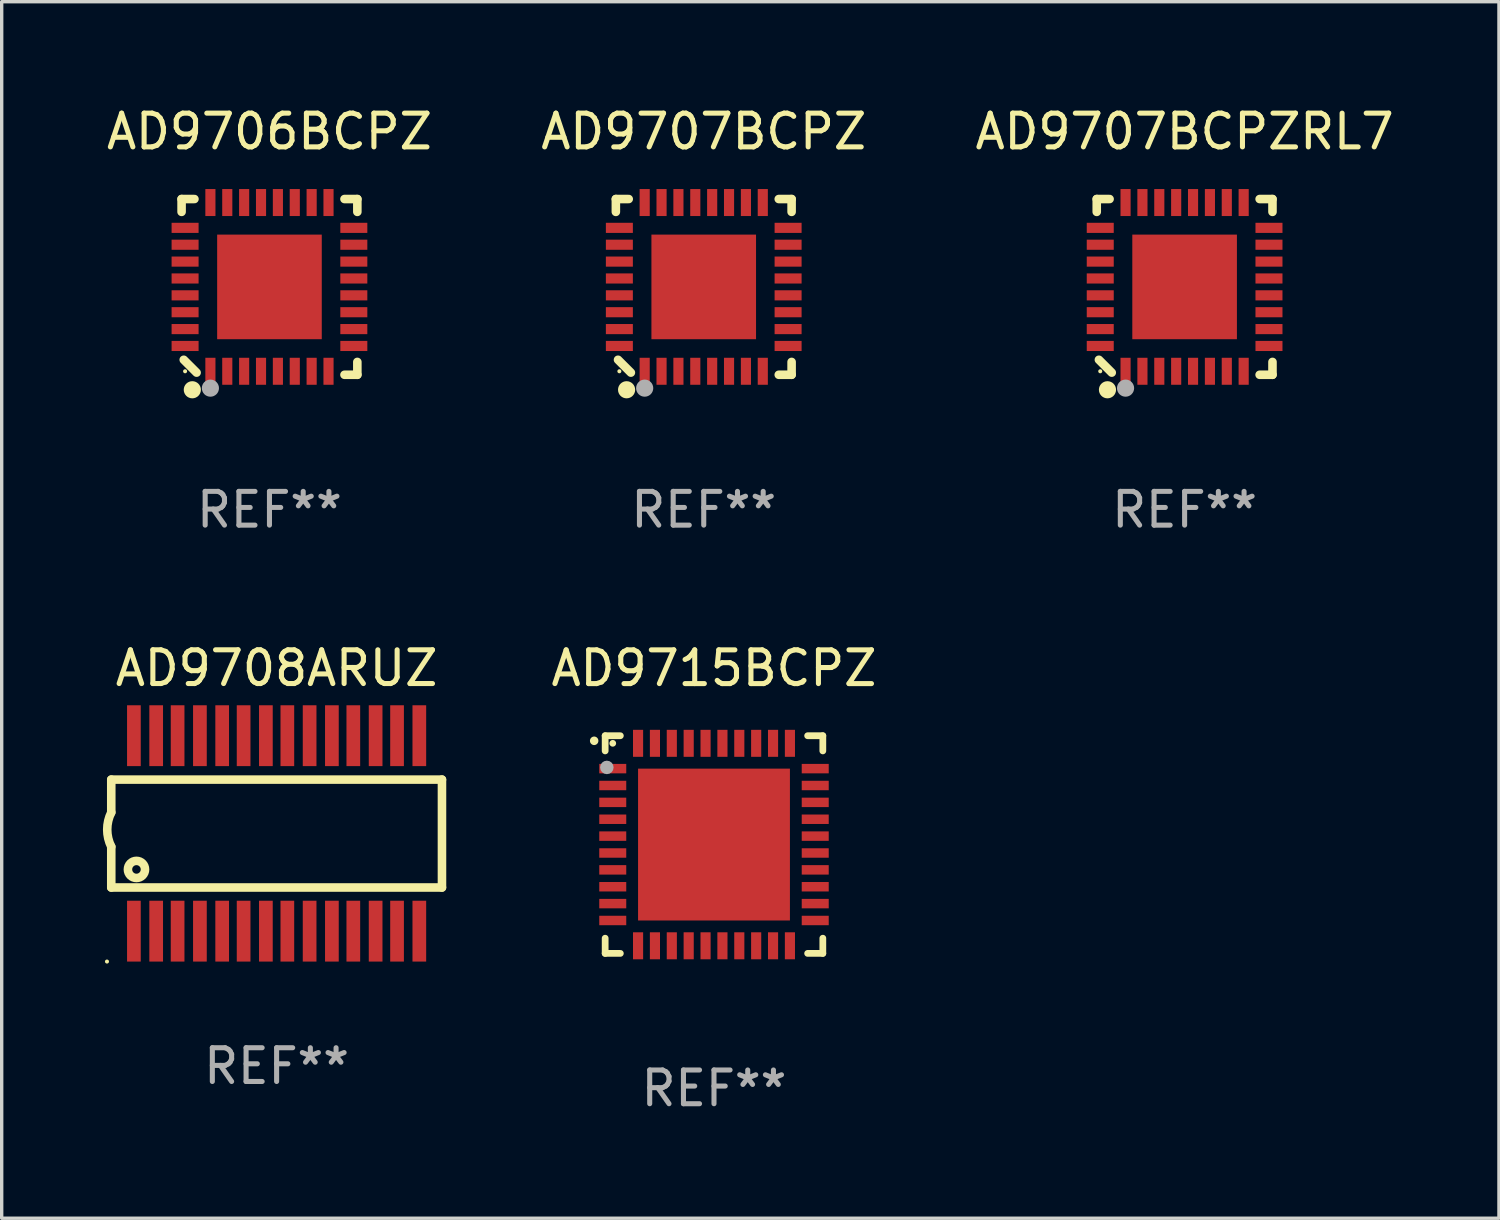
<source format=kicad_pcb>
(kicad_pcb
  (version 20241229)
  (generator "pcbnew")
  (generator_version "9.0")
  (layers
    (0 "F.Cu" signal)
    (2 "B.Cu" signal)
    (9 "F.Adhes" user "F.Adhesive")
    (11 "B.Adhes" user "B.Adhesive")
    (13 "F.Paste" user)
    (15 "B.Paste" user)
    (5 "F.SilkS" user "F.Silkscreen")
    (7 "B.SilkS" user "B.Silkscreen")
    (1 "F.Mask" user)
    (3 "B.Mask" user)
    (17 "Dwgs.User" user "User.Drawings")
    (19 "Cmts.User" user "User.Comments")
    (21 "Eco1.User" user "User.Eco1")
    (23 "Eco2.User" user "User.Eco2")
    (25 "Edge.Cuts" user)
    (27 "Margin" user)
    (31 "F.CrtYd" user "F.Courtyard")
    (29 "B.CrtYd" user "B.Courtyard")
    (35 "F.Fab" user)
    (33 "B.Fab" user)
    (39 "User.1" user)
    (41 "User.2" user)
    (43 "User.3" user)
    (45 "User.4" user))
  (footprint "AD9708ARUZ"
    (layer "F.Cu")
    (at 5.147 21.647)
    (property "Reference" "AD9708ARUZ" (at 0 -4.896 0) (layer "F.SilkS") (effects (font (size 1 1) (thickness 0.15))))
    (attr through_hole)
    (fp_line (start -4.9 -1.595) (end -4.9 -0.622) (stroke (width 0.254) (type solid)) (layer "F.SilkS"))
    (fp_line (start -4.9 1.603) (end -4.9 0.394) (stroke (width 0.254) (type solid)) (layer "F.SilkS"))
    (fp_line (start 4.9 -1.595) (end -4.9 -1.595) (stroke (width 0.254) (type solid)) (layer "F.SilkS"))
    (fp_line (start 4.9 1.603) (end -4.9 1.603) (stroke (width 0.254) (type solid)) (layer "F.SilkS"))
    (fp_line (start 4.9 1.603) (end 4.9 -1.595) (stroke (width 0.254) (type solid)) (layer "F.SilkS"))
    (fp_arc (start -4.89967 0.393701) (mid -5.019593 -0.1143) (end -4.89967 -0.622301) (stroke (width 0.254001) (type solid)) (layer "F.SilkS"))
    (fp_circle (center -5.027 3.797) (end -4.997 3.797) (stroke (width 0.06) (type solid)) (fill no) (layer "F.SilkS"))
    (fp_circle (center -4.153 1.067) (end -3.899 1.067) (stroke (width 0.254) (type solid)) (fill no) (layer "F.SilkS"))
    (fp_text user "REF**" (at 0 6.896 0) (layer "F.Fab") (effects (font (size 1 1) (thickness 0.15))))
    (pad "1" smd rect (at -4.229 2.896 90) (size 1.803 0.406) (layers "F.Cu" "F.Mask" "F.Paste"))
    (pad "2" smd rect (at -3.569 2.896 90) (size 1.803 0.406) (layers "F.Cu" "F.Mask" "F.Paste"))
    (pad "3" smd rect (at -2.934 2.896 90) (size 1.803 0.406) (layers "F.Cu" "F.Mask" "F.Paste"))
    (pad "4" smd rect (at -2.273 2.896 90) (size 1.803 0.406) (layers "F.Cu" "F.Mask" "F.Paste"))
    (pad "5" smd rect (at -1.613 2.896 90) (size 1.803 0.406) (layers "F.Cu" "F.Mask" "F.Paste"))
    (pad "6" smd rect (at -0.978 2.896 90) (size 1.803 0.406) (layers "F.Cu" "F.Mask" "F.Paste"))
    (pad "7" smd rect (at -0.318 2.896 90) (size 1.803 0.406) (layers "F.Cu" "F.Mask" "F.Paste"))
    (pad "8" smd rect (at 0.318 2.896 90) (size 1.803 0.406) (layers "F.Cu" "F.Mask" "F.Paste"))
    (pad "9" smd rect (at 0.978 2.896 90) (size 1.803 0.406) (layers "F.Cu" "F.Mask" "F.Paste"))
    (pad "10" smd rect (at 1.638 2.896 90) (size 1.803 0.406) (layers "F.Cu" "F.Mask" "F.Paste"))
    (pad "11" smd rect (at 2.273 2.896 90) (size 1.803 0.406) (layers "F.Cu" "F.Mask" "F.Paste"))
    (pad "12" smd rect (at 2.934 2.896 90) (size 1.803 0.406) (layers "F.Cu" "F.Mask" "F.Paste"))
    (pad "13" smd rect (at 3.569 2.896 90) (size 1.803 0.406) (layers "F.Cu" "F.Mask" "F.Paste"))
    (pad "14" smd rect (at 4.229 2.896 90) (size 1.803 0.406) (layers "F.Cu" "F.Mask" "F.Paste"))
    (pad "15" smd rect (at 4.229 -2.896 90) (size 1.803 0.406) (layers "F.Cu" "F.Mask" "F.Paste"))
    (pad "16" smd rect (at 3.569 -2.896 90) (size 1.803 0.406) (layers "F.Cu" "F.Mask" "F.Paste"))
    (pad "17" smd rect (at 2.934 -2.896 90) (size 1.803 0.406) (layers "F.Cu" "F.Mask" "F.Paste"))
    (pad "18" smd rect (at 2.273 -2.896 90) (size 1.803 0.406) (layers "F.Cu" "F.Mask" "F.Paste"))
    (pad "19" smd rect (at 1.638 -2.896 90) (size 1.803 0.406) (layers "F.Cu" "F.Mask" "F.Paste"))
    (pad "20" smd rect (at 0.978 -2.896 90) (size 1.803 0.406) (layers "F.Cu" "F.Mask" "F.Paste"))
    (pad "21" smd rect (at 0.318 -2.896 90) (size 1.803 0.406) (layers "F.Cu" "F.Mask" "F.Paste"))
    (pad "22" smd rect (at -0.318 -2.896 90) (size 1.803 0.406) (layers "F.Cu" "F.Mask" "F.Paste"))
    (pad "23" smd rect (at -0.978 -2.896 90) (size 1.803 0.406) (layers "F.Cu" "F.Mask" "F.Paste"))
    (pad "24" smd rect (at -1.613 -2.896 90) (size 1.803 0.406) (layers "F.Cu" "F.Mask" "F.Paste"))
    (pad "25" smd rect (at -2.273 -2.896 90) (size 1.803 0.406) (layers "F.Cu" "F.Mask" "F.Paste"))
    (pad "26" smd rect (at -2.934 -2.896 90) (size 1.803 0.406) (layers "F.Cu" "F.Mask" "F.Paste"))
    (pad "27" smd rect (at -3.569 -2.896 90) (size 1.803 0.406) (layers "F.Cu" "F.Mask" "F.Paste"))
    (pad "28" smd rect (at -4.229 -2.896 90) (size 1.803 0.406) (layers "F.Cu" "F.Mask" "F.Paste")))
  (footprint "AD9715BCPZ"
    (layer "F.Cu")
    (at 18.108 21.977)
    (property "Reference" "AD9715BCPZ" (at 0 -5.225 0) (layer "F.SilkS") (effects (font (size 1 1) (thickness 0.15))))
    (attr through_hole)
    (fp_line (start -3.225 -3.225) (end -2.775 -3.225) (stroke (width 0.2) (type solid)) (layer "F.SilkS"))
    (fp_line (start -3.225 -2.775) (end -3.225 -3.225) (stroke (width 0.2) (type solid)) (layer "F.SilkS"))
    (fp_line (start -3.225 2.775) (end -3.225 3.225) (stroke (width 0.2) (type solid)) (layer "F.SilkS"))
    (fp_line (start -3.225 3.225) (end -2.775 3.225) (stroke (width 0.2) (type solid)) (layer "F.SilkS"))
    (fp_line (start 2.775 -3.225) (end 3.225 -3.225) (stroke (width 0.2) (type solid)) (layer "F.SilkS"))
    (fp_line (start 2.775 3.225) (end 3.225 3.225) (stroke (width 0.2) (type solid)) (layer "F.SilkS"))
    (fp_line (start 3.225 -3.225) (end 3.225 -2.775) (stroke (width 0.2) (type solid)) (layer "F.SilkS"))
    (fp_line (start 3.225 3.225) (end 3.225 2.775) (stroke (width 0.2) (type solid)) (layer "F.SilkS"))
    (fp_arc (start -3.55094 -3.073406) (mid -3.550946 -3.074676) (end -3.55094 -3.075946) (stroke (width 0.25) (type solid)) (layer "F.SilkS"))
    (fp_circle (center -3 -3) (end -2.95 -3) (stroke (width 0.1) (type solid)) (fill no) (layer "F.SilkS"))
    (fp_circle (center -3.175 -2.286) (end -3.075 -2.286) (stroke (width 0.2) (type solid)) (fill no) (layer "F.Fab"))
    (fp_text user "REF**" (at 0 7.225 0) (layer "F.Fab") (effects (font (size 1 1) (thickness 0.15))))
    (pad "1" smd rect (at -3 -2.25) (size 0.8 0.28) (layers "F.Cu" "F.Mask" "F.Paste"))
    (pad "2" smd rect (at -3 -1.75) (size 0.8 0.28) (layers "F.Cu" "F.Mask" "F.Paste"))
    (pad "3" smd rect (at -3 -1.25) (size 0.8 0.28) (layers "F.Cu" "F.Mask" "F.Paste"))
    (pad "4" smd rect (at -3 -0.75) (size 0.8 0.28) (layers "F.Cu" "F.Mask" "F.Paste"))
    (pad "5" smd rect (at -3 -0.25) (size 0.8 0.28) (layers "F.Cu" "F.Mask" "F.Paste"))
    (pad "6" smd rect (at -3 0.25) (size 0.8 0.28) (layers "F.Cu" "F.Mask" "F.Paste"))
    (pad "7" smd rect (at -3 0.75) (size 0.8 0.28) (layers "F.Cu" "F.Mask" "F.Paste"))
    (pad "8" smd rect (at -3 1.25) (size 0.8 0.28) (layers "F.Cu" "F.Mask" "F.Paste"))
    (pad "9" smd rect (at -3 1.75) (size 0.8 0.28) (layers "F.Cu" "F.Mask" "F.Paste"))
    (pad "10" smd rect (at -3 2.25) (size 0.8 0.28) (layers "F.Cu" "F.Mask" "F.Paste"))
    (pad "11" smd rect (at -2.25 3) (size 0.3 0.8) (layers "F.Cu" "F.Mask" "F.Paste"))
    (pad "12" smd rect (at -1.75 3) (size 0.3 0.8) (layers "F.Cu" "F.Mask" "F.Paste"))
    (pad "13" smd rect (at -1.25 3) (size 0.3 0.8) (layers "F.Cu" "F.Mask" "F.Paste"))
    (pad "14" smd rect (at -0.75 3) (size 0.3 0.8) (layers "F.Cu" "F.Mask" "F.Paste"))
    (pad "15" smd rect (at -0.25 3) (size 0.3 0.8) (layers "F.Cu" "F.Mask" "F.Paste"))
    (pad "16" smd rect (at 0.25 3) (size 0.3 0.8) (layers "F.Cu" "F.Mask" "F.Paste"))
    (pad "17" smd rect (at 0.75 3) (size 0.3 0.8) (layers "F.Cu" "F.Mask" "F.Paste"))
    (pad "18" smd rect (at 1.25 3) (size 0.3 0.8) (layers "F.Cu" "F.Mask" "F.Paste"))
    (pad "19" smd rect (at 1.75 3) (size 0.3 0.8) (layers "F.Cu" "F.Mask" "F.Paste"))
    (pad "20" smd rect (at 2.25 3) (size 0.3 0.8) (layers "F.Cu" "F.Mask" "F.Paste"))
    (pad "21" smd rect (at 3 2.25) (size 0.8 0.28) (layers "F.Cu" "F.Mask" "F.Paste"))
    (pad "22" smd rect (at 3 1.75) (size 0.8 0.28) (layers "F.Cu" "F.Mask" "F.Paste"))
    (pad "23" smd rect (at 3 1.25) (size 0.8 0.28) (layers "F.Cu" "F.Mask" "F.Paste"))
    (pad "24" smd rect (at 3 0.75) (size 0.8 0.28) (layers "F.Cu" "F.Mask" "F.Paste"))
    (pad "25" smd rect (at 3 0.25) (size 0.8 0.28) (layers "F.Cu" "F.Mask" "F.Paste"))
    (pad "26" smd rect (at 3 -0.25) (size 0.8 0.28) (layers "F.Cu" "F.Mask" "F.Paste"))
    (pad "27" smd rect (at 3 -0.75) (size 0.8 0.28) (layers "F.Cu" "F.Mask" "F.Paste"))
    (pad "28" smd rect (at 3 -1.25) (size 0.8 0.28) (layers "F.Cu" "F.Mask" "F.Paste"))
    (pad "29" smd rect (at 3 -1.75) (size 0.8 0.28) (layers "F.Cu" "F.Mask" "F.Paste"))
    (pad "30" smd rect (at 3 -2.25) (size 0.8 0.28) (layers "F.Cu" "F.Mask" "F.Paste"))
    (pad "31" smd rect (at 2.25 -3) (size 0.3 0.8) (layers "F.Cu" "F.Mask" "F.Paste"))
    (pad "32" smd rect (at 1.75 -3) (size 0.3 0.8) (layers "F.Cu" "F.Mask" "F.Paste"))
    (pad "33" smd rect (at 1.25 -3) (size 0.3 0.8) (layers "F.Cu" "F.Mask" "F.Paste"))
    (pad "34" smd rect (at 0.75 -3) (size 0.3 0.8) (layers "F.Cu" "F.Mask" "F.Paste"))
    (pad "35" smd rect (at 0.25 -3) (size 0.3 0.8) (layers "F.Cu" "F.Mask" "F.Paste"))
    (pad "36" smd rect (at -0.25 -3) (size 0.3 0.8) (layers "F.Cu" "F.Mask" "F.Paste"))
    (pad "37" smd rect (at -0.75 -3) (size 0.3 0.8) (layers "F.Cu" "F.Mask" "F.Paste"))
    (pad "38" smd rect (at -1.25 -3) (size 0.3 0.8) (layers "F.Cu" "F.Mask" "F.Paste"))
    (pad "39" smd rect (at -1.75 -3) (size 0.3 0.8) (layers "F.Cu" "F.Mask" "F.Paste"))
    (pad "40" smd rect (at -2.25 -3) (size 0.3 0.8) (layers "F.Cu" "F.Mask" "F.Paste"))
    (pad "41" smd rect (at -0.000013 0) (size 4.5 4.5) (layers "F.Cu" "F.Mask" "F.Paste")))
  (footprint "AD9707BCPZ"
    (layer "F.Cu")
    (at 17.804 5.452)
    (property "Reference" "AD9707BCPZ" (at 0 -4.604 0) (layer "F.SilkS") (effects (font (size 1 1) (thickness 0.15))))
    (attr through_hole)
    (fp_line (start -2.604 -2.604) (end -2.604 -2.223) (stroke (width 0.254) (type solid)) (layer "F.SilkS"))
    (fp_line (start -2.54 2.159) (end -2.159 2.54) (stroke (width 0.254) (type solid)) (layer "F.SilkS"))
    (fp_line (start -2.223 -2.604) (end -2.604 -2.604) (stroke (width 0.254) (type solid)) (layer "F.SilkS"))
    (fp_line (start 2.223 2.604) (end 2.604 2.604) (stroke (width 0.254) (type solid)) (layer "F.SilkS"))
    (fp_line (start 2.604 -2.604) (end 2.223 -2.604) (stroke (width 0.254) (type solid)) (layer "F.SilkS"))
    (fp_line (start 2.604 -2.223) (end 2.604 -2.604) (stroke (width 0.254) (type solid)) (layer "F.SilkS"))
    (fp_line (start 2.604 2.604) (end 2.604 2.223) (stroke (width 0.254) (type solid)) (layer "F.SilkS"))
    (fp_circle (center -2.5 2.5) (end -2.47 2.5) (stroke (width 0.06) (type solid)) (fill no) (layer "F.SilkS"))
    (fp_circle (center -2.286 3.048) (end -2.159 3.048) (stroke (width 0.254) (type solid)) (fill no) (layer "F.SilkS"))
    (fp_circle (center -1.75 3) (end -1.623 3) (stroke (width 0.254) (type solid)) (fill no) (layer "F.Fab"))
    (fp_text user "REF**" (at 0 6.604 0) (layer "F.Fab") (effects (font (size 1 1) (thickness 0.15))))
    (pad "1" smd rect (at -1.75 2.5) (size 0.3 0.8) (layers "F.Cu" "F.Mask" "F.Paste"))
    (pad "2" smd rect (at -1.25 2.5) (size 0.3 0.8) (layers "F.Cu" "F.Mask" "F.Paste"))
    (pad "3" smd rect (at -0.75 2.5) (size 0.3 0.8) (layers "F.Cu" "F.Mask" "F.Paste"))
    (pad "4" smd rect (at -0.25 2.5) (size 0.3 0.8) (layers "F.Cu" "F.Mask" "F.Paste"))
    (pad "5" smd rect (at 0.25 2.5) (size 0.3 0.8) (layers "F.Cu" "F.Mask" "F.Paste"))
    (pad "6" smd rect (at 0.75 2.5) (size 0.3 0.8) (layers "F.Cu" "F.Mask" "F.Paste"))
    (pad "7" smd rect (at 1.25 2.5) (size 0.3 0.8) (layers "F.Cu" "F.Mask" "F.Paste"))
    (pad "8" smd rect (at 1.75 2.5) (size 0.3 0.8) (layers "F.Cu" "F.Mask" "F.Paste"))
    (pad "9" smd rect (at 2.5 1.75) (size 0.8 0.3) (layers "F.Cu" "F.Mask" "F.Paste"))
    (pad "10" smd rect (at 2.5 1.25) (size 0.8 0.3) (layers "F.Cu" "F.Mask" "F.Paste"))
    (pad "11" smd rect (at 2.5 0.75) (size 0.8 0.3) (layers "F.Cu" "F.Mask" "F.Paste"))
    (pad "12" smd rect (at 2.5 0.25) (size 0.8 0.3) (layers "F.Cu" "F.Mask" "F.Paste"))
    (pad "13" smd rect (at 2.5 -0.25) (size 0.8 0.3) (layers "F.Cu" "F.Mask" "F.Paste"))
    (pad "14" smd rect (at 2.5 -0.75) (size 0.8 0.3) (layers "F.Cu" "F.Mask" "F.Paste"))
    (pad "15" smd rect (at 2.5 -1.25) (size 0.8 0.3) (layers "F.Cu" "F.Mask" "F.Paste"))
    (pad "16" smd rect (at 2.5 -1.75) (size 0.8 0.3) (layers "F.Cu" "F.Mask" "F.Paste"))
    (pad "17" smd rect (at 1.75 -2.5) (size 0.3 0.8) (layers "F.Cu" "F.Mask" "F.Paste"))
    (pad "18" smd rect (at 1.25 -2.5) (size 0.3 0.8) (layers "F.Cu" "F.Mask" "F.Paste"))
    (pad "19" smd rect (at 0.75 -2.5) (size 0.3 0.8) (layers "F.Cu" "F.Mask" "F.Paste"))
    (pad "20" smd rect (at 0.25 -2.5) (size 0.3 0.8) (layers "F.Cu" "F.Mask" "F.Paste"))
    (pad "21" smd rect (at -0.25 -2.5) (size 0.3 0.8) (layers "F.Cu" "F.Mask" "F.Paste"))
    (pad "22" smd rect (at -0.75 -2.5) (size 0.3 0.8) (layers "F.Cu" "F.Mask" "F.Paste"))
    (pad "23" smd rect (at -1.25 -2.5) (size 0.3 0.8) (layers "F.Cu" "F.Mask" "F.Paste"))
    (pad "24" smd rect (at -1.75 -2.5) (size 0.3 0.8) (layers "F.Cu" "F.Mask" "F.Paste"))
    (pad "25" smd rect (at -2.5 -1.75) (size 0.8 0.3) (layers "F.Cu" "F.Mask" "F.Paste"))
    (pad "26" smd rect (at -2.5 -1.25) (size 0.8 0.3) (layers "F.Cu" "F.Mask" "F.Paste"))
    (pad "27" smd rect (at -2.5 -0.75) (size 0.8 0.3) (layers "F.Cu" "F.Mask" "F.Paste"))
    (pad "28" smd rect (at -2.5 -0.25) (size 0.8 0.3) (layers "F.Cu" "F.Mask" "F.Paste"))
    (pad "29" smd rect (at -2.5 0.25) (size 0.8 0.3) (layers "F.Cu" "F.Mask" "F.Paste"))
    (pad "30" smd rect (at -2.5 0.75) (size 0.8 0.3) (layers "F.Cu" "F.Mask" "F.Paste"))
    (pad "31" smd rect (at -2.5 1.25) (size 0.8 0.3) (layers "F.Cu" "F.Mask" "F.Paste"))
    (pad "32" smd rect (at -2.5 1.75) (size 0.8 0.3) (layers "F.Cu" "F.Mask" "F.Paste"))
    (pad "33" smd rect (at 0 -0.000025) (size 3.1 3.1) (layers "F.Cu" "F.Mask" "F.Paste")))
  (footprint "AD9706BCPZ"
    (layer "F.Cu")
    (at 4.935 5.452)
    (property "Reference" "AD9706BCPZ" (at 0 -4.604 0) (layer "F.SilkS") (effects (font (size 1 1) (thickness 0.15))))
    (attr through_hole)
    (fp_line (start -2.604 -2.604) (end -2.604 -2.223) (stroke (width 0.254) (type solid)) (layer "F.SilkS"))
    (fp_line (start -2.54 2.159) (end -2.159 2.54) (stroke (width 0.254) (type solid)) (layer "F.SilkS"))
    (fp_line (start -2.223 -2.604) (end -2.604 -2.604) (stroke (width 0.254) (type solid)) (layer "F.SilkS"))
    (fp_line (start 2.223 2.604) (end 2.604 2.604) (stroke (width 0.254) (type solid)) (layer "F.SilkS"))
    (fp_line (start 2.604 -2.604) (end 2.223 -2.604) (stroke (width 0.254) (type solid)) (layer "F.SilkS"))
    (fp_line (start 2.604 -2.223) (end 2.604 -2.604) (stroke (width 0.254) (type solid)) (layer "F.SilkS"))
    (fp_line (start 2.604 2.604) (end 2.604 2.223) (stroke (width 0.254) (type solid)) (layer "F.SilkS"))
    (fp_circle (center -2.5 2.5) (end -2.47 2.5) (stroke (width 0.06) (type solid)) (fill no) (layer "F.SilkS"))
    (fp_circle (center -2.286 3.048) (end -2.159 3.048) (stroke (width 0.254) (type solid)) (fill no) (layer "F.SilkS"))
    (fp_circle (center -1.75 3) (end -1.623 3) (stroke (width 0.254) (type solid)) (fill no) (layer "F.Fab"))
    (fp_text user "REF**" (at 0 6.604 0) (layer "F.Fab") (effects (font (size 1 1) (thickness 0.15))))
    (pad "1" smd rect (at -1.75 2.5) (size 0.3 0.8) (layers "F.Cu" "F.Mask" "F.Paste"))
    (pad "2" smd rect (at -1.25 2.5) (size 0.3 0.8) (layers "F.Cu" "F.Mask" "F.Paste"))
    (pad "3" smd rect (at -0.75 2.5) (size 0.3 0.8) (layers "F.Cu" "F.Mask" "F.Paste"))
    (pad "4" smd rect (at -0.25 2.5) (size 0.3 0.8) (layers "F.Cu" "F.Mask" "F.Paste"))
    (pad "5" smd rect (at 0.25 2.5) (size 0.3 0.8) (layers "F.Cu" "F.Mask" "F.Paste"))
    (pad "6" smd rect (at 0.75 2.5) (size 0.3 0.8) (layers "F.Cu" "F.Mask" "F.Paste"))
    (pad "7" smd rect (at 1.25 2.5) (size 0.3 0.8) (layers "F.Cu" "F.Mask" "F.Paste"))
    (pad "8" smd rect (at 1.75 2.5) (size 0.3 0.8) (layers "F.Cu" "F.Mask" "F.Paste"))
    (pad "9" smd rect (at 2.5 1.75) (size 0.8 0.3) (layers "F.Cu" "F.Mask" "F.Paste"))
    (pad "10" smd rect (at 2.5 1.25) (size 0.8 0.3) (layers "F.Cu" "F.Mask" "F.Paste"))
    (pad "11" smd rect (at 2.5 0.75) (size 0.8 0.3) (layers "F.Cu" "F.Mask" "F.Paste"))
    (pad "12" smd rect (at 2.5 0.25) (size 0.8 0.3) (layers "F.Cu" "F.Mask" "F.Paste"))
    (pad "13" smd rect (at 2.5 -0.25) (size 0.8 0.3) (layers "F.Cu" "F.Mask" "F.Paste"))
    (pad "14" smd rect (at 2.5 -0.75) (size 0.8 0.3) (layers "F.Cu" "F.Mask" "F.Paste"))
    (pad "15" smd rect (at 2.5 -1.25) (size 0.8 0.3) (layers "F.Cu" "F.Mask" "F.Paste"))
    (pad "16" smd rect (at 2.5 -1.75) (size 0.8 0.3) (layers "F.Cu" "F.Mask" "F.Paste"))
    (pad "17" smd rect (at 1.75 -2.5) (size 0.3 0.8) (layers "F.Cu" "F.Mask" "F.Paste"))
    (pad "18" smd rect (at 1.25 -2.5) (size 0.3 0.8) (layers "F.Cu" "F.Mask" "F.Paste"))
    (pad "19" smd rect (at 0.75 -2.5) (size 0.3 0.8) (layers "F.Cu" "F.Mask" "F.Paste"))
    (pad "20" smd rect (at 0.25 -2.5) (size 0.3 0.8) (layers "F.Cu" "F.Mask" "F.Paste"))
    (pad "21" smd rect (at -0.25 -2.5) (size 0.3 0.8) (layers "F.Cu" "F.Mask" "F.Paste"))
    (pad "22" smd rect (at -0.75 -2.5) (size 0.3 0.8) (layers "F.Cu" "F.Mask" "F.Paste"))
    (pad "23" smd rect (at -1.25 -2.5) (size 0.3 0.8) (layers "F.Cu" "F.Mask" "F.Paste"))
    (pad "24" smd rect (at -1.75 -2.5) (size 0.3 0.8) (layers "F.Cu" "F.Mask" "F.Paste"))
    (pad "25" smd rect (at -2.5 -1.75) (size 0.8 0.3) (layers "F.Cu" "F.Mask" "F.Paste"))
    (pad "26" smd rect (at -2.5 -1.25) (size 0.8 0.3) (layers "F.Cu" "F.Mask" "F.Paste"))
    (pad "27" smd rect (at -2.5 -0.75) (size 0.8 0.3) (layers "F.Cu" "F.Mask" "F.Paste"))
    (pad "28" smd rect (at -2.5 -0.25) (size 0.8 0.3) (layers "F.Cu" "F.Mask" "F.Paste"))
    (pad "29" smd rect (at -2.5 0.25) (size 0.8 0.3) (layers "F.Cu" "F.Mask" "F.Paste"))
    (pad "30" smd rect (at -2.5 0.75) (size 0.8 0.3) (layers "F.Cu" "F.Mask" "F.Paste"))
    (pad "31" smd rect (at -2.5 1.25) (size 0.8 0.3) (layers "F.Cu" "F.Mask" "F.Paste"))
    (pad "32" smd rect (at -2.5 1.75) (size 0.8 0.3) (layers "F.Cu" "F.Mask" "F.Paste"))
    (pad "33" smd rect (at 0 -0.000025) (size 3.1 3.1) (layers "F.Cu" "F.Mask" "F.Paste")))
  (footprint "AD9707BCPZRL7"
    (layer "F.Cu")
    (at 32.054 5.452)
    (property "Reference" "AD9707BCPZRL7" (at 0 -4.604 0) (layer "F.SilkS") (effects (font (size 1 1) (thickness 0.15))))
    (attr through_hole)
    (fp_line (start -2.604 -2.604) (end -2.604 -2.223) (stroke (width 0.254) (type solid)) (layer "F.SilkS"))
    (fp_line (start -2.54 2.159) (end -2.159 2.54) (stroke (width 0.254) (type solid)) (layer "F.SilkS"))
    (fp_line (start -2.223 -2.604) (end -2.604 -2.604) (stroke (width 0.254) (type solid)) (layer "F.SilkS"))
    (fp_line (start 2.223 2.604) (end 2.604 2.604) (stroke (width 0.254) (type solid)) (layer "F.SilkS"))
    (fp_line (start 2.604 -2.604) (end 2.223 -2.604) (stroke (width 0.254) (type solid)) (layer "F.SilkS"))
    (fp_line (start 2.604 -2.223) (end 2.604 -2.604) (stroke (width 0.254) (type solid)) (layer "F.SilkS"))
    (fp_line (start 2.604 2.604) (end 2.604 2.223) (stroke (width 0.254) (type solid)) (layer "F.SilkS"))
    (fp_circle (center -2.5 2.5) (end -2.47 2.5) (stroke (width 0.06) (type solid)) (fill no) (layer "F.SilkS"))
    (fp_circle (center -2.286 3.048) (end -2.159 3.048) (stroke (width 0.254) (type solid)) (fill no) (layer "F.SilkS"))
    (fp_circle (center -1.75 3) (end -1.623 3) (stroke (width 0.254) (type solid)) (fill no) (layer "F.Fab"))
    (fp_text user "REF**" (at 0 6.604 0) (layer "F.Fab") (effects (font (size 1 1) (thickness 0.15))))
    (pad "1" smd rect (at -1.75 2.5) (size 0.3 0.8) (layers "F.Cu" "F.Mask" "F.Paste"))
    (pad "2" smd rect (at -1.25 2.5) (size 0.3 0.8) (layers "F.Cu" "F.Mask" "F.Paste"))
    (pad "3" smd rect (at -0.75 2.5) (size 0.3 0.8) (layers "F.Cu" "F.Mask" "F.Paste"))
    (pad "4" smd rect (at -0.25 2.5) (size 0.3 0.8) (layers "F.Cu" "F.Mask" "F.Paste"))
    (pad "5" smd rect (at 0.25 2.5) (size 0.3 0.8) (layers "F.Cu" "F.Mask" "F.Paste"))
    (pad "6" smd rect (at 0.75 2.5) (size 0.3 0.8) (layers "F.Cu" "F.Mask" "F.Paste"))
    (pad "7" smd rect (at 1.25 2.5) (size 0.3 0.8) (layers "F.Cu" "F.Mask" "F.Paste"))
    (pad "8" smd rect (at 1.75 2.5) (size 0.3 0.8) (layers "F.Cu" "F.Mask" "F.Paste"))
    (pad "9" smd rect (at 2.5 1.75) (size 0.8 0.3) (layers "F.Cu" "F.Mask" "F.Paste"))
    (pad "10" smd rect (at 2.5 1.25) (size 0.8 0.3) (layers "F.Cu" "F.Mask" "F.Paste"))
    (pad "11" smd rect (at 2.5 0.75) (size 0.8 0.3) (layers "F.Cu" "F.Mask" "F.Paste"))
    (pad "12" smd rect (at 2.5 0.25) (size 0.8 0.3) (layers "F.Cu" "F.Mask" "F.Paste"))
    (pad "13" smd rect (at 2.5 -0.25) (size 0.8 0.3) (layers "F.Cu" "F.Mask" "F.Paste"))
    (pad "14" smd rect (at 2.5 -0.75) (size 0.8 0.3) (layers "F.Cu" "F.Mask" "F.Paste"))
    (pad "15" smd rect (at 2.5 -1.25) (size 0.8 0.3) (layers "F.Cu" "F.Mask" "F.Paste"))
    (pad "16" smd rect (at 2.5 -1.75) (size 0.8 0.3) (layers "F.Cu" "F.Mask" "F.Paste"))
    (pad "17" smd rect (at 1.75 -2.5) (size 0.3 0.8) (layers "F.Cu" "F.Mask" "F.Paste"))
    (pad "18" smd rect (at 1.25 -2.5) (size 0.3 0.8) (layers "F.Cu" "F.Mask" "F.Paste"))
    (pad "19" smd rect (at 0.75 -2.5) (size 0.3 0.8) (layers "F.Cu" "F.Mask" "F.Paste"))
    (pad "20" smd rect (at 0.25 -2.5) (size 0.3 0.8) (layers "F.Cu" "F.Mask" "F.Paste"))
    (pad "21" smd rect (at -0.25 -2.5) (size 0.3 0.8) (layers "F.Cu" "F.Mask" "F.Paste"))
    (pad "22" smd rect (at -0.75 -2.5) (size 0.3 0.8) (layers "F.Cu" "F.Mask" "F.Paste"))
    (pad "23" smd rect (at -1.25 -2.5) (size 0.3 0.8) (layers "F.Cu" "F.Mask" "F.Paste"))
    (pad "24" smd rect (at -1.75 -2.5) (size 0.3 0.8) (layers "F.Cu" "F.Mask" "F.Paste"))
    (pad "25" smd rect (at -2.5 -1.75) (size 0.8 0.3) (layers "F.Cu" "F.Mask" "F.Paste"))
    (pad "26" smd rect (at -2.5 -1.25) (size 0.8 0.3) (layers "F.Cu" "F.Mask" "F.Paste"))
    (pad "27" smd rect (at -2.5 -0.75) (size 0.8 0.3) (layers "F.Cu" "F.Mask" "F.Paste"))
    (pad "28" smd rect (at -2.5 -0.25) (size 0.8 0.3) (layers "F.Cu" "F.Mask" "F.Paste"))
    (pad "29" smd rect (at -2.5 0.25) (size 0.8 0.3) (layers "F.Cu" "F.Mask" "F.Paste"))
    (pad "30" smd rect (at -2.5 0.75) (size 0.8 0.3) (layers "F.Cu" "F.Mask" "F.Paste"))
    (pad "31" smd rect (at -2.5 1.25) (size 0.8 0.3) (layers "F.Cu" "F.Mask" "F.Paste"))
    (pad "32" smd rect (at -2.5 1.75) (size 0.8 0.3) (layers "F.Cu" "F.Mask" "F.Paste"))
    (pad "33" smd rect (at 0 -0.000025) (size 3.1 3.1) (layers "F.Cu" "F.Mask" "F.Paste")))
  (gr_rect
    (start -3 -3)
    (end 41.369 33.05)
    (stroke (width 0.1) (type default))
    (fill no)
    (layer "Edge.Cuts")))
</source>
